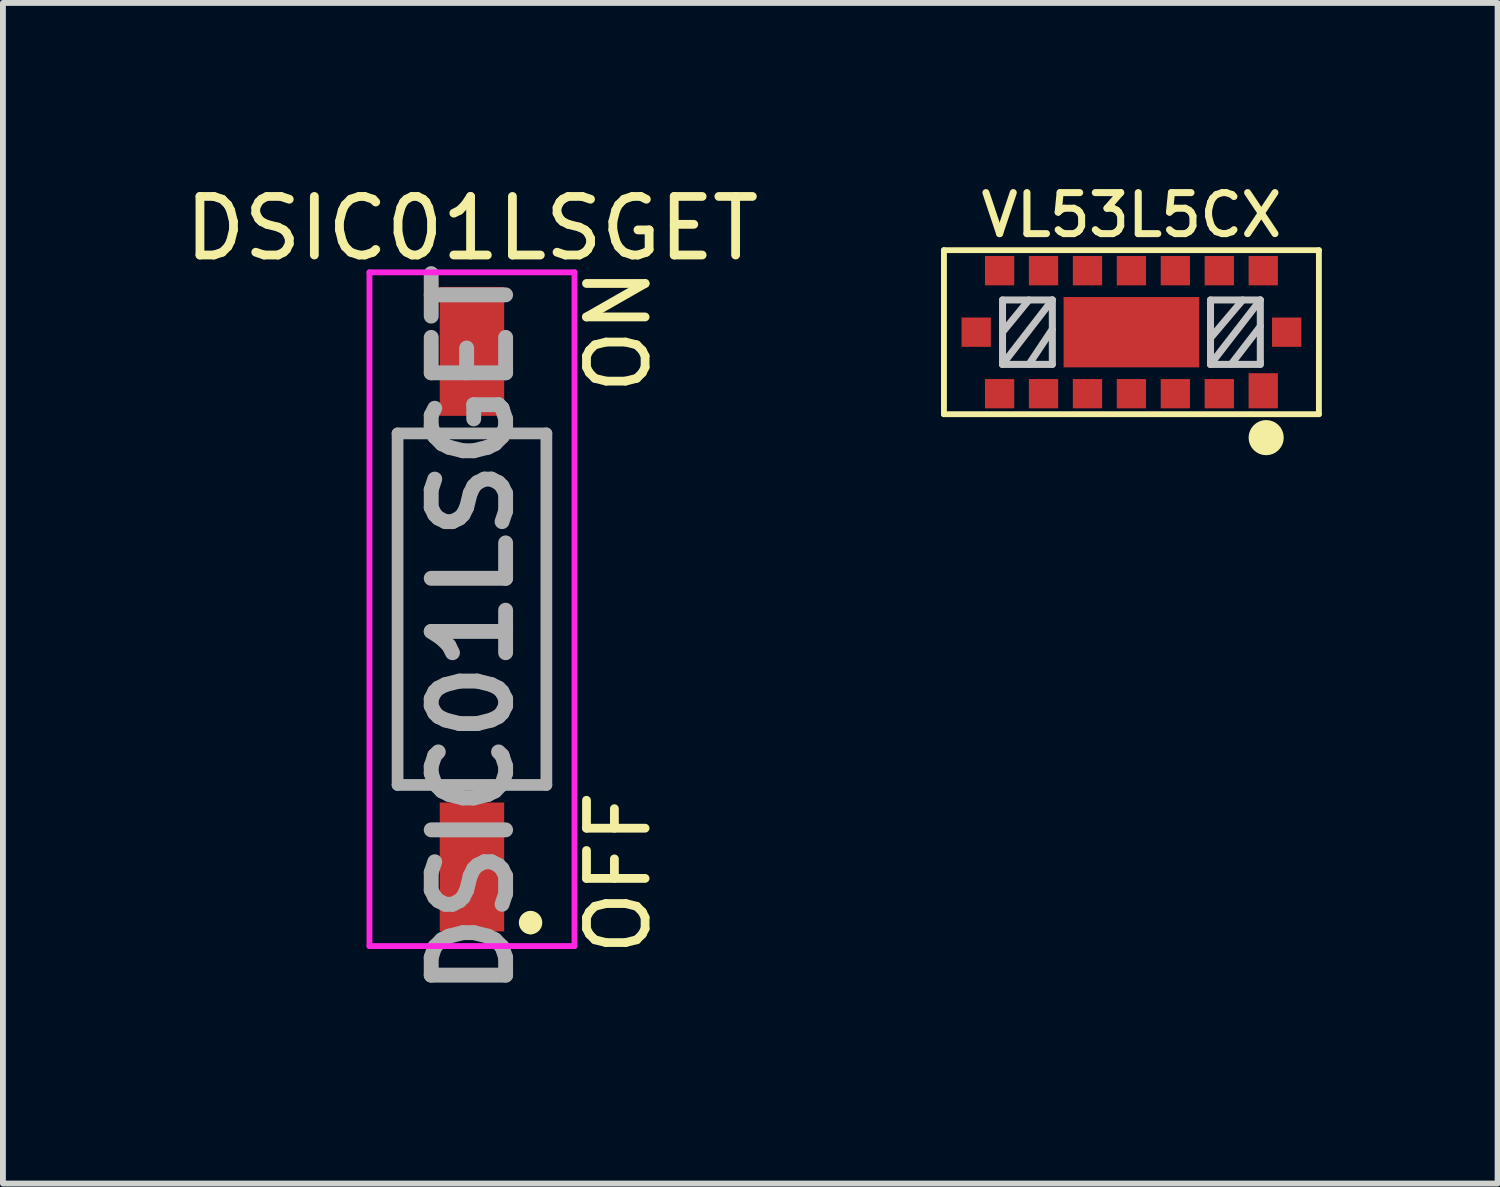
<source format=kicad_pcb>
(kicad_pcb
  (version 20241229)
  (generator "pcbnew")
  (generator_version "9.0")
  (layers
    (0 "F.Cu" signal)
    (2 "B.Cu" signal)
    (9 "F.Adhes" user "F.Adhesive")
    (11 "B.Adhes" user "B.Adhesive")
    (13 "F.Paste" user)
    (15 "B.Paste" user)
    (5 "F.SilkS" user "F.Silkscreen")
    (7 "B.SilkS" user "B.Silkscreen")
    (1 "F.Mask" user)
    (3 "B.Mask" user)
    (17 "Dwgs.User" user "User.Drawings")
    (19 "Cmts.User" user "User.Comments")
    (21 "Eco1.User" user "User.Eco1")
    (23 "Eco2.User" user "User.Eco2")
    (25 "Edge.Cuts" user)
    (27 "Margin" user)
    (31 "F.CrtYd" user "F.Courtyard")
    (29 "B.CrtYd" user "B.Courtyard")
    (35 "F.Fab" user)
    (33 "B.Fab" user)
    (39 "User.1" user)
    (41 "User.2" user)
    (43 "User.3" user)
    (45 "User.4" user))
  (footprint "DSIC01LSGET"
    (layer "F.Cu")
    (at 5.006 7.348)
    (property "Reference" "DSIC01LSGET" (at 0 -6.5 0) (layer "F.SilkS") (effects (font (size 1 1) (thickness 0.15))))
    (attr smd)
    (fp_line (start -1.27 -3) (end 1.27 -3) (stroke (width 0.1) (type solid)) (layer "F.SilkS"))
    (fp_line (start -1.27 3) (end -1.27 -3) (stroke (width 0.1) (type solid)) (layer "F.SilkS"))
    (fp_line (start 1.27 -3) (end 1.27 3) (stroke (width 0.1) (type solid)) (layer "F.SilkS"))
    (fp_line (start 1.27 3) (end -1.27 3) (stroke (width 0.1) (type solid)) (layer "F.SilkS"))
    (fp_arc (start 1 5.25) (mid 1.1 5.35) (end 1 5.45) (stroke (width 0.2) (type solid)) (layer "F.SilkS"))
    (fp_arc (start 1 5.45) (mid 0.9 5.35) (end 1 5.25) (stroke (width 0.2) (type solid)) (layer "F.SilkS"))
    (fp_line (start -1.75 -5.75) (end 1.75 -5.75) (stroke (width 0.1) (type solid)) (layer "F.CrtYd"))
    (fp_line (start -1.75 5.75) (end -1.75 -5.75) (stroke (width 0.1) (type solid)) (layer "F.CrtYd"))
    (fp_line (start 1.75 -5.75) (end 1.75 5.75) (stroke (width 0.1) (type solid)) (layer "F.CrtYd"))
    (fp_line (start 1.75 5.75) (end -1.75 5.75) (stroke (width 0.1) (type solid)) (layer "F.CrtYd"))
    (fp_line (start -1.27 -3) (end 1.27 -3) (stroke (width 0.2) (type solid)) (layer "F.Fab"))
    (fp_line (start -1.27 3) (end -1.27 -3) (stroke (width 0.2) (type solid)) (layer "F.Fab"))
    (fp_line (start 1.27 -3) (end 1.27 3) (stroke (width 0.2) (type solid)) (layer "F.Fab"))
    (fp_line (start 1.27 3) (end -1.27 3) (stroke (width 0.2) (type solid)) (layer "F.Fab"))
    (fp_text user "OFF" (at 2.5 4.5 90) (layer "F.SilkS") (effects (font (size 1 1) (thickness 0.15))))
    (fp_text user "ON" (at 2.5 -4.75 90) (layer "F.SilkS") (effects (font (size 1 1) (thickness 0.15))))
    (fp_text user "${REFERENCE}" (at 0 0.35 90) (layer "F.Fab") (effects (font (size 1.27 1.27) (thickness 0.254))))
    (pad "1" smd rect (at 0 4.4) (size 1.1 2.2) (layers "F.Cu" "F.Mask" "F.Paste"))
    (pad "2" smd rect (at 0 -4.4) (size 1.1 2.2) (layers "F.Cu" "F.Mask" "F.Paste")))
  (footprint "VL53L5CX"
    (layer "F.Cu")
    (at 16.262 2.62)
    (property "Reference" "VL53L5CX" (at 0 -2 0) (layer "F.SilkS") (effects (font (size 0.7 0.7) (thickness 0.12))))
    (attr through_hole)
    (fp_line (start -3.2 -1.4) (end -3.2 1.4) (stroke (width 0.1) (type solid)) (layer "F.SilkS"))
    (fp_line (start -3.2 -1.4) (end 3.2 -1.4) (stroke (width 0.1) (type solid)) (layer "F.SilkS"))
    (fp_line (start -3.2 1.4) (end 3.2 1.4) (stroke (width 0.1) (type solid)) (layer "F.SilkS"))
    (fp_line (start 3.2 -1.4) (end 3.2 1.4) (stroke (width 0.1) (type solid)) (layer "F.SilkS"))
    (fp_circle (center 2.3 1.8) (end 2.45 1.8) (stroke (width 0.3) (type solid)) (fill no) (layer "F.SilkS"))
    (fp_line (start -2.2 -0.55) (end -2.2 0.5) (stroke (width 0.12) (type solid)) (layer "Dwgs.User"))
    (fp_line (start -2.2 0.5) (end -2.2 0.55) (stroke (width 0.12) (type solid)) (layer "Dwgs.User"))
    (fp_line (start -2.2 0.55) (end -1.35 0.55) (stroke (width 0.12) (type solid)) (layer "Dwgs.User"))
    (fp_line (start -1.75 -0.55) (end -2.2 0) (stroke (width 0.12) (type solid)) (layer "Dwgs.User"))
    (fp_line (start -1.35 -0.55) (end -2.2 -0.55) (stroke (width 0.12) (type solid)) (layer "Dwgs.User"))
    (fp_line (start -1.35 -0.55) (end -2.2 0.55) (stroke (width 0.12) (type solid)) (layer "Dwgs.User"))
    (fp_line (start -1.35 -0.05) (end -1.75 0.55) (stroke (width 0.12) (type solid)) (layer "Dwgs.User"))
    (fp_line (start -1.35 0.55) (end -1.35 -0.55) (stroke (width 0.12) (type solid)) (layer "Dwgs.User"))
    (fp_line (start 1.35 -0.55) (end 2.2 -0.55) (stroke (width 0.12) (type solid)) (layer "Dwgs.User"))
    (fp_line (start 1.35 0.55) (end 1.35 -0.55) (stroke (width 0.12) (type solid)) (layer "Dwgs.User"))
    (fp_line (start 1.9 -0.55) (end 1.35 0.1) (stroke (width 0.12) (type solid)) (layer "Dwgs.User"))
    (fp_line (start 2.2 -0.55) (end 1.35 0.55) (stroke (width 0.12) (type solid)) (layer "Dwgs.User"))
    (fp_line (start 2.2 -0.55) (end 2.2 0.5) (stroke (width 0.12) (type solid)) (layer "Dwgs.User"))
    (fp_line (start 2.2 -0.1) (end 1.7 0.55) (stroke (width 0.12) (type solid)) (layer "Dwgs.User"))
    (fp_line (start 2.2 0.5) (end 2.2 0.55) (stroke (width 0.12) (type solid)) (layer "Dwgs.User"))
    (fp_line (start 2.2 0.55) (end 1.35 0.55) (stroke (width 0.12) (type solid)) (layer "Dwgs.User"))
    (pad "A1" smd rect (at 2.25 1) (size 0.5 0.6) (layers "F.Cu" "F.Mask" "F.Paste"))
    (pad "A2" smd rect (at 1.5 1.05) (size 0.5 0.5) (layers "F.Cu" "F.Mask" "F.Paste"))
    (pad "A3" smd rect (at 0.75 1.05) (size 0.5 0.5) (layers "F.Cu" "F.Mask" "F.Paste"))
    (pad "A4" smd rect (at 0 1.05) (size 0.5 0.5) (layers "F.Cu" "F.Mask" "F.Paste"))
    (pad "A5" smd rect (at -0.75 1.05) (size 0.5 0.5) (layers "F.Cu" "F.Mask" "F.Paste"))
    (pad "A6" smd rect (at -1.5 1.05) (size 0.5 0.5) (layers "F.Cu" "F.Mask" "F.Paste"))
    (pad "A7" smd rect (at -2.25 1.05) (size 0.5 0.5) (layers "F.Cu" "F.Mask" "F.Paste"))
    (pad "B1" smd rect (at 2.65 0) (size 0.5 0.5) (layers "F.Cu" "F.Mask" "F.Paste"))
    (pad "B4" smd rect (at 0 0) (size 2.316 1.2) (layers "F.Cu" "F.Mask" "F.Paste"))
    (pad "B7" smd rect (at -2.65 0) (size 0.5 0.5) (layers "F.Cu" "F.Mask" "F.Paste"))
    (pad "C1" smd rect (at 2.25 -1.05) (size 0.5 0.5) (layers "F.Cu" "F.Mask" "F.Paste"))
    (pad "C2" smd rect (at 1.5 -1.05) (size 0.5 0.5) (layers "F.Cu" "F.Mask" "F.Paste"))
    (pad "C3" smd rect (at 0.75 -1.05) (size 0.5 0.5) (layers "F.Cu" "F.Mask" "F.Paste"))
    (pad "C4" smd rect (at 0 -1.05) (size 0.5 0.5) (layers "F.Cu" "F.Mask" "F.Paste"))
    (pad "C5" smd rect (at -0.75 -1.05) (size 0.5 0.5) (layers "F.Cu" "F.Mask" "F.Paste"))
    (pad "C6" smd rect (at -1.5 -1.05) (size 0.5 0.5) (layers "F.Cu" "F.Mask" "F.Paste"))
    (pad "C7" smd rect (at -2.25 -1.05) (size 0.5 0.5) (layers "F.Cu" "F.Mask" "F.Paste")))
  (gr_rect
    (start -3 -3)
    (end 22.512 17.151)
    (stroke (width 0.1) (type default))
    (fill no)
    (layer "Edge.Cuts")))
</source>
